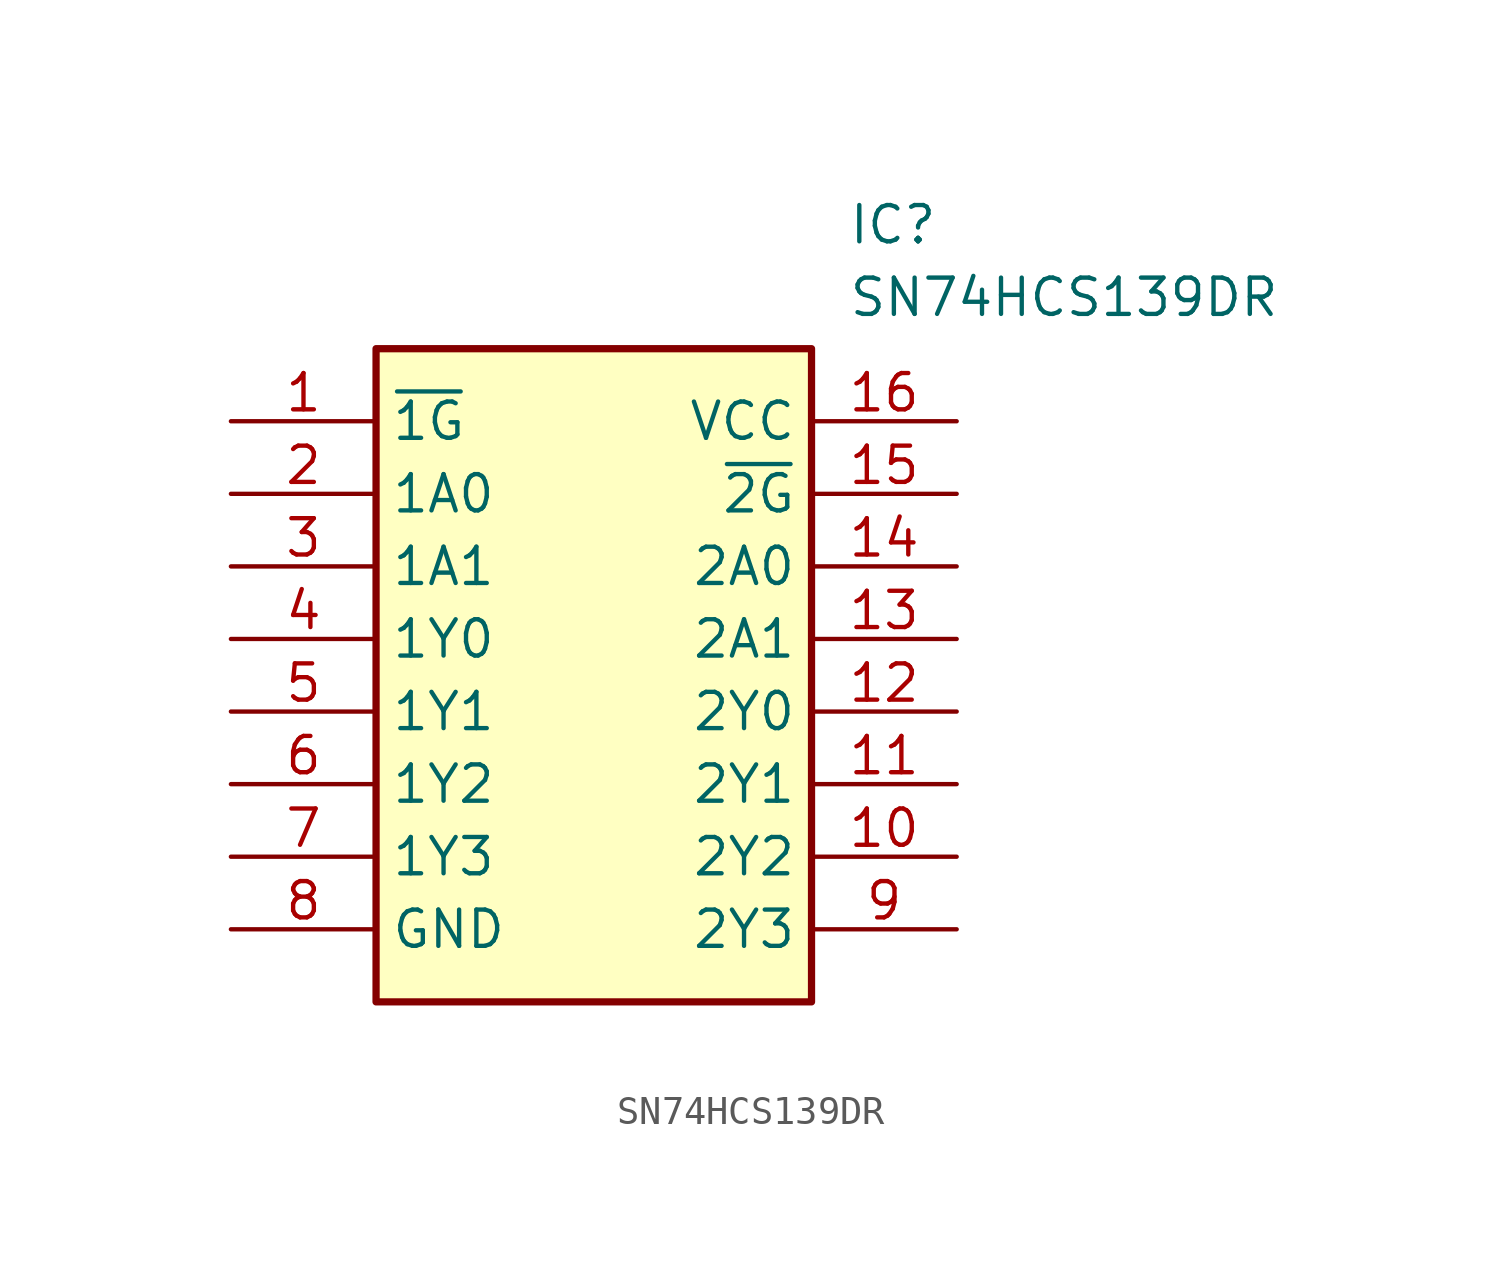
<source format=kicad_sym>
(kicad_symbol_lib
  (version 20211014)
  (generator SamacSys_ECAD_Model)
  (symbol "SN74HCS139DR"
    (property "Reference" "IC"
      (at 21.59 7.62 0)
      (effects (font (size 1.27 1.27)) (justify left top)))
    (property "Value" "SN74HCS139DR"
      (at 21.59 5.08 0)
      (effects (font (size 1.27 1.27)) (justify left top)))
    (rectangle
      (start 5.08 2.54)
      (end 20.32 -20.32)
      (stroke (width 0.254) (type default))
      (fill (type background)))
    (pin passive line
      (at 0 0 0)
      (length 5.08)
      (name "~{1G}" (effects (font (size 1.27 1.27))))
      (number "1" (effects (font (size 1.27 1.27)))))
    (pin passive line
      (at 0 -2.54 0)
      (length 5.08)
      (name "1A0" (effects (font (size 1.27 1.27))))
      (number "2" (effects (font (size 1.27 1.27)))))
    (pin passive line
      (at 0 -5.08 0)
      (length 5.08)
      (name "1A1" (effects (font (size 1.27 1.27))))
      (number "3" (effects (font (size 1.27 1.27)))))
    (pin passive line
      (at 0 -7.62 0)
      (length 5.08)
      (name "1Y0" (effects (font (size 1.27 1.27))))
      (number "4" (effects (font (size 1.27 1.27)))))
    (pin passive line
      (at 0 -10.16 0)
      (length 5.08)
      (name "1Y1" (effects (font (size 1.27 1.27))))
      (number "5" (effects (font (size 1.27 1.27)))))
    (pin passive line
      (at 0 -12.7 0)
      (length 5.08)
      (name "1Y2" (effects (font (size 1.27 1.27))))
      (number "6" (effects (font (size 1.27 1.27)))))
    (pin passive line
      (at 0 -15.24 0)
      (length 5.08)
      (name "1Y3" (effects (font (size 1.27 1.27))))
      (number "7" (effects (font (size 1.27 1.27)))))
    (pin passive line
      (at 0 -17.78 0)
      (length 5.08)
      (name "GND" (effects (font (size 1.27 1.27))))
      (number "8" (effects (font (size 1.27 1.27)))))
    (pin passive line
      (at 25.4 0 180)
      (length 5.08)
      (name "VCC" (effects (font (size 1.27 1.27))))
      (number "16" (effects (font (size 1.27 1.27)))))
    (pin passive line
      (at 25.4 -2.54 180)
      (length 5.08)
      (name "~{2G}" (effects (font (size 1.27 1.27))))
      (number "15" (effects (font (size 1.27 1.27)))))
    (pin passive line
      (at 25.4 -5.08 180)
      (length 5.08)
      (name "2A0" (effects (font (size 1.27 1.27))))
      (number "14" (effects (font (size 1.27 1.27)))))
    (pin passive line
      (at 25.4 -7.62 180)
      (length 5.08)
      (name "2A1" (effects (font (size 1.27 1.27))))
      (number "13" (effects (font (size 1.27 1.27)))))
    (pin passive line
      (at 25.4 -10.16 180)
      (length 5.08)
      (name "2Y0" (effects (font (size 1.27 1.27))))
      (number "12" (effects (font (size 1.27 1.27)))))
    (pin passive line
      (at 25.4 -12.7 180)
      (length 5.08)
      (name "2Y1" (effects (font (size 1.27 1.27))))
      (number "11" (effects (font (size 1.27 1.27)))))
    (pin passive line
      (at 25.4 -15.24 180)
      (length 5.08)
      (name "2Y2" (effects (font (size 1.27 1.27))))
      (number "10" (effects (font (size 1.27 1.27)))))
    (pin passive line
      (at 25.4 -17.78 180)
      (length 5.08)
      (name "2Y3" (effects (font (size 1.27 1.27))))
      (number "9" (effects (font (size 1.27 1.27)))))))
</source>
